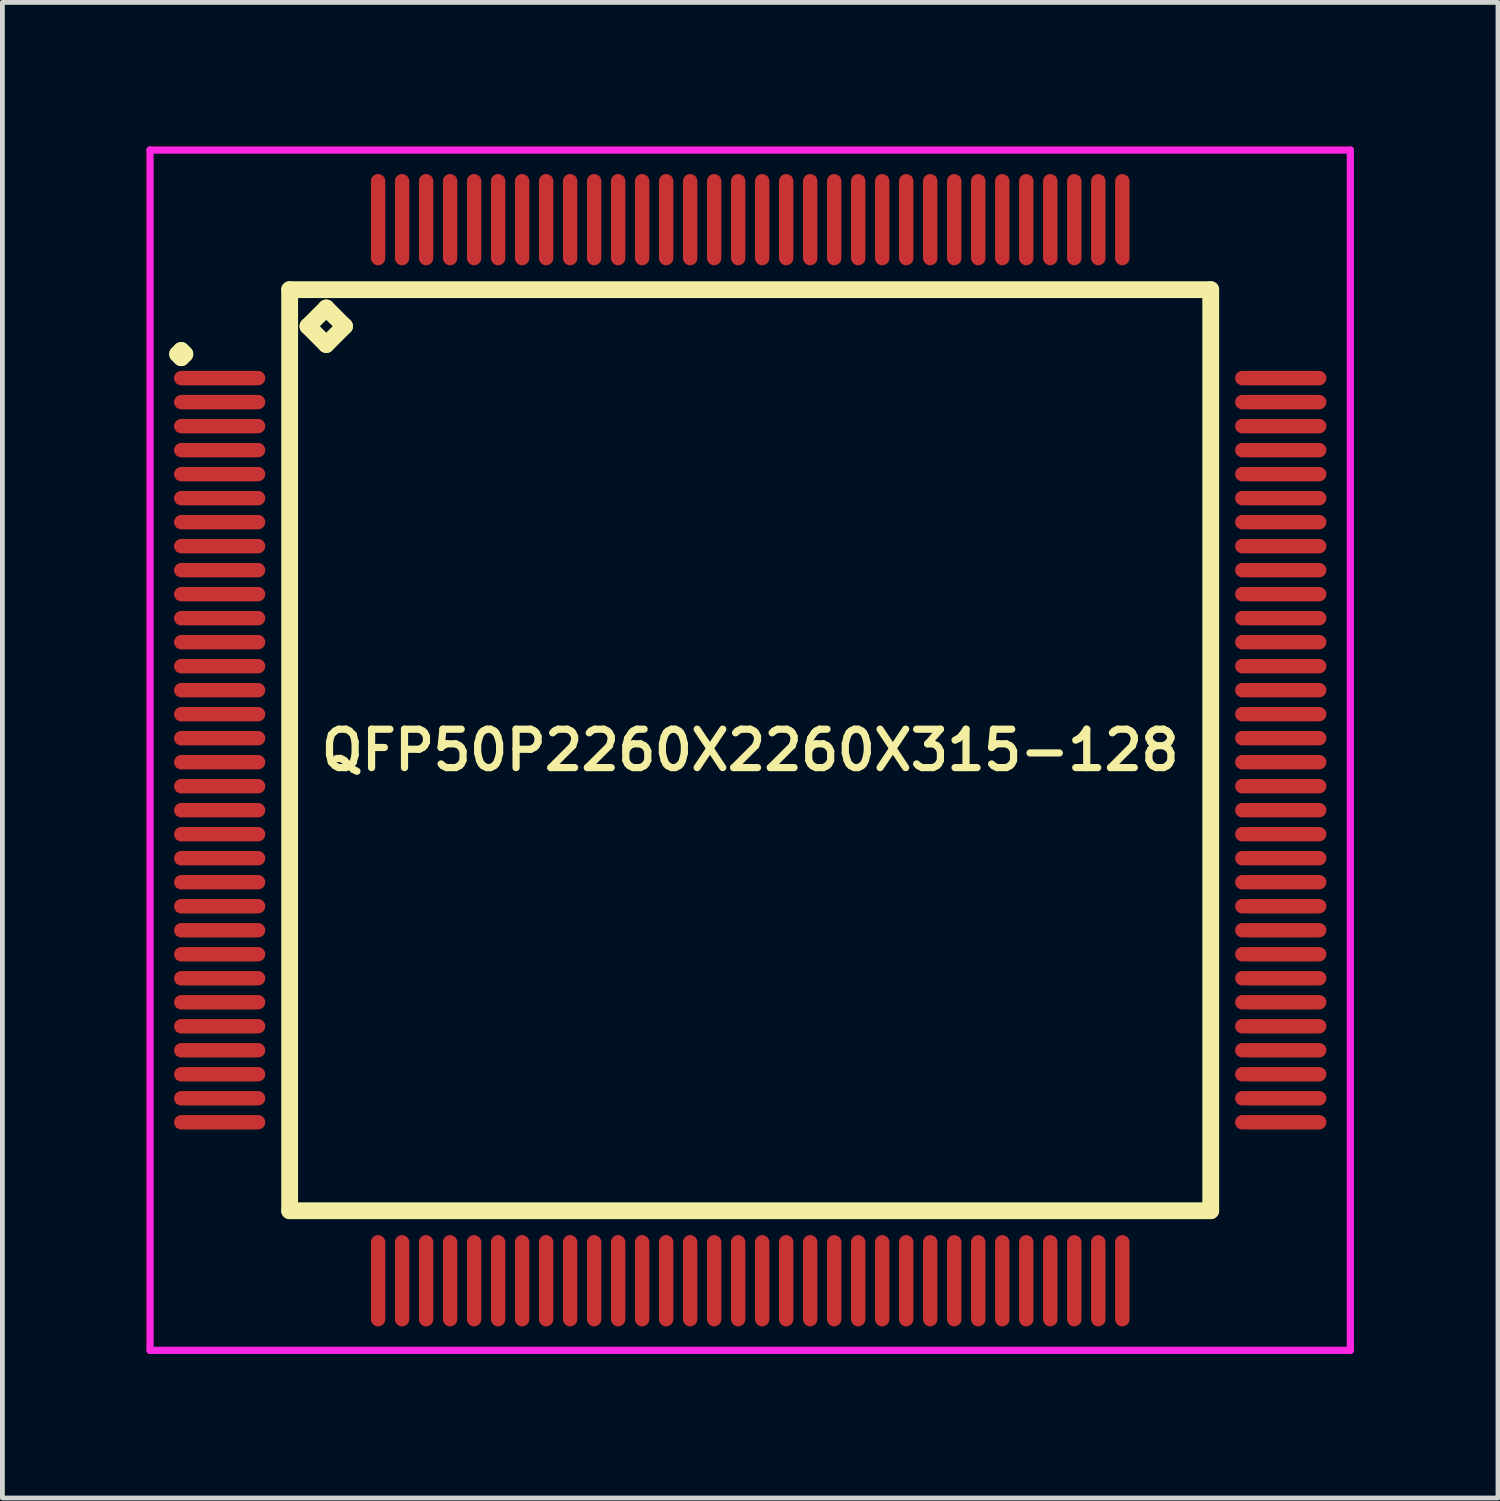
<source format=kicad_pcb>
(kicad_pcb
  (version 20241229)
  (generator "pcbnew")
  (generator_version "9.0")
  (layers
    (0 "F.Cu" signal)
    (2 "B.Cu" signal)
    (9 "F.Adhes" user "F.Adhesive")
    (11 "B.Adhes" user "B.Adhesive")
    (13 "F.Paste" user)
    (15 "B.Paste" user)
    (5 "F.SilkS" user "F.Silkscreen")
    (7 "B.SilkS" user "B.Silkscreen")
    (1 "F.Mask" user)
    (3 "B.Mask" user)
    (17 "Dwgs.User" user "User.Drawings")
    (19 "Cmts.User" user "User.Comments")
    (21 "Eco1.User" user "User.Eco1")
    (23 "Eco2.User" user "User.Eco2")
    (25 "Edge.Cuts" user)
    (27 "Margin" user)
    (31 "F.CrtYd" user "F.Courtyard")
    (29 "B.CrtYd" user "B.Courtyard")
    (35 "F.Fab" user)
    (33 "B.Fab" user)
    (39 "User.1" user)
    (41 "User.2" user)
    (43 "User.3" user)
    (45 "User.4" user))
  (footprint "QFP50P2260X2260X315-128"
    (layer "F.Cu")
    (at 12.575 12.575)
    (property "Reference" "QFP50P2260X2260X315-128" (at 0 0 0) (layer "F.SilkS") (effects (font (size 0.8 0.8) (thickness 0.15))))
    (attr smd)
    (fp_line (start -11.925 -8.25) (end -11.85 -8.325) (stroke (width 0.35) (type solid)) (layer "F.SilkS"))
    (fp_line (start -11.85 -8.325) (end -11.775 -8.25) (stroke (width 0.35) (type solid)) (layer "F.SilkS"))
    (fp_line (start -11.85 -8.175) (end -11.925 -8.25) (stroke (width 0.35) (type solid)) (layer "F.SilkS"))
    (fp_line (start -11.775 -8.25) (end -11.85 -8.175) (stroke (width 0.35) (type solid)) (layer "F.SilkS"))
    (fp_line (start -9.592 -9.592) (end -9.592 9.592) (stroke (width 0.35) (type solid)) (layer "F.SilkS"))
    (fp_line (start -9.592 9.592) (end 9.592 9.592) (stroke (width 0.35) (type solid)) (layer "F.SilkS"))
    (fp_line (start -9.211 -8.83) (end -8.83 -9.211) (stroke (width 0.35) (type solid)) (layer "F.SilkS"))
    (fp_line (start -8.83 -9.211) (end -8.449 -8.83) (stroke (width 0.35) (type solid)) (layer "F.SilkS"))
    (fp_line (start -8.83 -8.449) (end -9.211 -8.83) (stroke (width 0.35) (type solid)) (layer "F.SilkS"))
    (fp_line (start -8.449 -8.83) (end -8.83 -8.449) (stroke (width 0.35) (type solid)) (layer "F.SilkS"))
    (fp_line (start 9.592 -9.592) (end -9.592 -9.592) (stroke (width 0.35) (type solid)) (layer "F.SilkS"))
    (fp_line (start 9.592 9.592) (end 9.592 -9.592) (stroke (width 0.35) (type solid)) (layer "F.SilkS"))
    (fp_line (start -12.5 -12.5) (end 12.5 -12.5) (stroke (width 0.15) (type solid)) (layer "F.CrtYd"))
    (fp_line (start -12.5 12.5) (end -12.5 -12.5) (stroke (width 0.15) (type solid)) (layer "F.CrtYd"))
    (fp_line (start 12.5 -12.5) (end 12.5 12.5) (stroke (width 0.15) (type solid)) (layer "F.CrtYd"))
    (fp_line (start 12.5 12.5) (end -12.5 12.5) (stroke (width 0.15) (type solid)) (layer "F.CrtYd"))
    (pad "1" smd oval (at -11.05 -7.75) (size 1.9 0.3) (layers "F.Cu" "F.Mask" "F.Paste"))
    (pad "2" smd oval (at -11.05 -7.25) (size 1.9 0.3) (layers "F.Cu" "F.Mask" "F.Paste"))
    (pad "3" smd oval (at -11.05 -6.75) (size 1.9 0.3) (layers "F.Cu" "F.Mask" "F.Paste"))
    (pad "4" smd oval (at -11.05 -6.25) (size 1.9 0.3) (layers "F.Cu" "F.Mask" "F.Paste"))
    (pad "5" smd oval (at -11.05 -5.75) (size 1.9 0.3) (layers "F.Cu" "F.Mask" "F.Paste"))
    (pad "6" smd oval (at -11.05 -5.25) (size 1.9 0.3) (layers "F.Cu" "F.Mask" "F.Paste"))
    (pad "7" smd oval (at -11.05 -4.75) (size 1.9 0.3) (layers "F.Cu" "F.Mask" "F.Paste"))
    (pad "8" smd oval (at -11.05 -4.25) (size 1.9 0.3) (layers "F.Cu" "F.Mask" "F.Paste"))
    (pad "9" smd oval (at -11.05 -3.75) (size 1.9 0.3) (layers "F.Cu" "F.Mask" "F.Paste"))
    (pad "10" smd oval (at -11.05 -3.25) (size 1.9 0.3) (layers "F.Cu" "F.Mask" "F.Paste"))
    (pad "11" smd oval (at -11.05 -2.75) (size 1.9 0.3) (layers "F.Cu" "F.Mask" "F.Paste"))
    (pad "12" smd oval (at -11.05 -2.25) (size 1.9 0.3) (layers "F.Cu" "F.Mask" "F.Paste"))
    (pad "13" smd oval (at -11.05 -1.75) (size 1.9 0.3) (layers "F.Cu" "F.Mask" "F.Paste"))
    (pad "14" smd oval (at -11.05 -1.25) (size 1.9 0.3) (layers "F.Cu" "F.Mask" "F.Paste"))
    (pad "15" smd oval (at -11.05 -0.75) (size 1.9 0.3) (layers "F.Cu" "F.Mask" "F.Paste"))
    (pad "16" smd oval (at -11.05 -0.25) (size 1.9 0.3) (layers "F.Cu" "F.Mask" "F.Paste"))
    (pad "17" smd oval (at -11.05 0.25) (size 1.9 0.3) (layers "F.Cu" "F.Mask" "F.Paste"))
    (pad "18" smd oval (at -11.05 0.75) (size 1.9 0.3) (layers "F.Cu" "F.Mask" "F.Paste"))
    (pad "19" smd oval (at -11.05 1.25) (size 1.9 0.3) (layers "F.Cu" "F.Mask" "F.Paste"))
    (pad "20" smd oval (at -11.05 1.75) (size 1.9 0.3) (layers "F.Cu" "F.Mask" "F.Paste"))
    (pad "21" smd oval (at -11.05 2.25) (size 1.9 0.3) (layers "F.Cu" "F.Mask" "F.Paste"))
    (pad "22" smd oval (at -11.05 2.75) (size 1.9 0.3) (layers "F.Cu" "F.Mask" "F.Paste"))
    (pad "23" smd oval (at -11.05 3.25) (size 1.9 0.3) (layers "F.Cu" "F.Mask" "F.Paste"))
    (pad "24" smd oval (at -11.05 3.75) (size 1.9 0.3) (layers "F.Cu" "F.Mask" "F.Paste"))
    (pad "25" smd oval (at -11.05 4.25) (size 1.9 0.3) (layers "F.Cu" "F.Mask" "F.Paste"))
    (pad "26" smd oval (at -11.05 4.75) (size 1.9 0.3) (layers "F.Cu" "F.Mask" "F.Paste"))
    (pad "27" smd oval (at -11.05 5.25) (size 1.9 0.3) (layers "F.Cu" "F.Mask" "F.Paste"))
    (pad "28" smd oval (at -11.05 5.75) (size 1.9 0.3) (layers "F.Cu" "F.Mask" "F.Paste"))
    (pad "29" smd oval (at -11.05 6.25) (size 1.9 0.3) (layers "F.Cu" "F.Mask" "F.Paste"))
    (pad "30" smd oval (at -11.05 6.75) (size 1.9 0.3) (layers "F.Cu" "F.Mask" "F.Paste"))
    (pad "31" smd oval (at -11.05 7.25) (size 1.9 0.3) (layers "F.Cu" "F.Mask" "F.Paste"))
    (pad "32" smd oval (at -11.05 7.75) (size 1.9 0.3) (layers "F.Cu" "F.Mask" "F.Paste"))
    (pad "33" smd oval (at -7.75 11.05) (size 0.3 1.9) (layers "F.Cu" "F.Mask" "F.Paste"))
    (pad "34" smd oval (at -7.25 11.05) (size 0.3 1.9) (layers "F.Cu" "F.Mask" "F.Paste"))
    (pad "35" smd oval (at -6.75 11.05) (size 0.3 1.9) (layers "F.Cu" "F.Mask" "F.Paste"))
    (pad "36" smd oval (at -6.25 11.05) (size 0.3 1.9) (layers "F.Cu" "F.Mask" "F.Paste"))
    (pad "37" smd oval (at -5.75 11.05) (size 0.3 1.9) (layers "F.Cu" "F.Mask" "F.Paste"))
    (pad "38" smd oval (at -5.25 11.05) (size 0.3 1.9) (layers "F.Cu" "F.Mask" "F.Paste"))
    (pad "39" smd oval (at -4.75 11.05) (size 0.3 1.9) (layers "F.Cu" "F.Mask" "F.Paste"))
    (pad "40" smd oval (at -4.25 11.05) (size 0.3 1.9) (layers "F.Cu" "F.Mask" "F.Paste"))
    (pad "41" smd oval (at -3.75 11.05) (size 0.3 1.9) (layers "F.Cu" "F.Mask" "F.Paste"))
    (pad "42" smd oval (at -3.25 11.05) (size 0.3 1.9) (layers "F.Cu" "F.Mask" "F.Paste"))
    (pad "43" smd oval (at -2.75 11.05) (size 0.3 1.9) (layers "F.Cu" "F.Mask" "F.Paste"))
    (pad "44" smd oval (at -2.25 11.05) (size 0.3 1.9) (layers "F.Cu" "F.Mask" "F.Paste"))
    (pad "45" smd oval (at -1.75 11.05) (size 0.3 1.9) (layers "F.Cu" "F.Mask" "F.Paste"))
    (pad "46" smd oval (at -1.25 11.05) (size 0.3 1.9) (layers "F.Cu" "F.Mask" "F.Paste"))
    (pad "47" smd oval (at -0.75 11.05) (size 0.3 1.9) (layers "F.Cu" "F.Mask" "F.Paste"))
    (pad "48" smd oval (at -0.25 11.05) (size 0.3 1.9) (layers "F.Cu" "F.Mask" "F.Paste"))
    (pad "49" smd oval (at 0.25 11.05) (size 0.3 1.9) (layers "F.Cu" "F.Mask" "F.Paste"))
    (pad "50" smd oval (at 0.75 11.05) (size 0.3 1.9) (layers "F.Cu" "F.Mask" "F.Paste"))
    (pad "51" smd oval (at 1.25 11.05) (size 0.3 1.9) (layers "F.Cu" "F.Mask" "F.Paste"))
    (pad "52" smd oval (at 1.75 11.05) (size 0.3 1.9) (layers "F.Cu" "F.Mask" "F.Paste"))
    (pad "53" smd oval (at 2.25 11.05) (size 0.3 1.9) (layers "F.Cu" "F.Mask" "F.Paste"))
    (pad "54" smd oval (at 2.75 11.05) (size 0.3 1.9) (layers "F.Cu" "F.Mask" "F.Paste"))
    (pad "55" smd oval (at 3.25 11.05) (size 0.3 1.9) (layers "F.Cu" "F.Mask" "F.Paste"))
    (pad "56" smd oval (at 3.75 11.05) (size 0.3 1.9) (layers "F.Cu" "F.Mask" "F.Paste"))
    (pad "57" smd oval (at 4.25 11.05) (size 0.3 1.9) (layers "F.Cu" "F.Mask" "F.Paste"))
    (pad "58" smd oval (at 4.75 11.05) (size 0.3 1.9) (layers "F.Cu" "F.Mask" "F.Paste"))
    (pad "59" smd oval (at 5.25 11.05) (size 0.3 1.9) (layers "F.Cu" "F.Mask" "F.Paste"))
    (pad "60" smd oval (at 5.75 11.05) (size 0.3 1.9) (layers "F.Cu" "F.Mask" "F.Paste"))
    (pad "61" smd oval (at 6.25 11.05) (size 0.3 1.9) (layers "F.Cu" "F.Mask" "F.Paste"))
    (pad "62" smd oval (at 6.75 11.05) (size 0.3 1.9) (layers "F.Cu" "F.Mask" "F.Paste"))
    (pad "63" smd oval (at 7.25 11.05) (size 0.3 1.9) (layers "F.Cu" "F.Mask" "F.Paste"))
    (pad "64" smd oval (at 7.75 11.05) (size 0.3 1.9) (layers "F.Cu" "F.Mask" "F.Paste"))
    (pad "65" smd oval (at 11.05 7.75) (size 1.9 0.3) (layers "F.Cu" "F.Mask" "F.Paste"))
    (pad "66" smd oval (at 11.05 7.25) (size 1.9 0.3) (layers "F.Cu" "F.Mask" "F.Paste"))
    (pad "67" smd oval (at 11.05 6.75) (size 1.9 0.3) (layers "F.Cu" "F.Mask" "F.Paste"))
    (pad "68" smd oval (at 11.05 6.25) (size 1.9 0.3) (layers "F.Cu" "F.Mask" "F.Paste"))
    (pad "69" smd oval (at 11.05 5.75) (size 1.9 0.3) (layers "F.Cu" "F.Mask" "F.Paste"))
    (pad "70" smd oval (at 11.05 5.25) (size 1.9 0.3) (layers "F.Cu" "F.Mask" "F.Paste"))
    (pad "71" smd oval (at 11.05 4.75) (size 1.9 0.3) (layers "F.Cu" "F.Mask" "F.Paste"))
    (pad "72" smd oval (at 11.05 4.25) (size 1.9 0.3) (layers "F.Cu" "F.Mask" "F.Paste"))
    (pad "73" smd oval (at 11.05 3.75) (size 1.9 0.3) (layers "F.Cu" "F.Mask" "F.Paste"))
    (pad "74" smd oval (at 11.05 3.25) (size 1.9 0.3) (layers "F.Cu" "F.Mask" "F.Paste"))
    (pad "75" smd oval (at 11.05 2.75) (size 1.9 0.3) (layers "F.Cu" "F.Mask" "F.Paste"))
    (pad "76" smd oval (at 11.05 2.25) (size 1.9 0.3) (layers "F.Cu" "F.Mask" "F.Paste"))
    (pad "77" smd oval (at 11.05 1.75) (size 1.9 0.3) (layers "F.Cu" "F.Mask" "F.Paste"))
    (pad "78" smd oval (at 11.05 1.25) (size 1.9 0.3) (layers "F.Cu" "F.Mask" "F.Paste"))
    (pad "79" smd oval (at 11.05 0.75) (size 1.9 0.3) (layers "F.Cu" "F.Mask" "F.Paste"))
    (pad "80" smd oval (at 11.05 0.25) (size 1.9 0.3) (layers "F.Cu" "F.Mask" "F.Paste"))
    (pad "81" smd oval (at 11.05 -0.25) (size 1.9 0.3) (layers "F.Cu" "F.Mask" "F.Paste"))
    (pad "82" smd oval (at 11.05 -0.75) (size 1.9 0.3) (layers "F.Cu" "F.Mask" "F.Paste"))
    (pad "83" smd oval (at 11.05 -1.25) (size 1.9 0.3) (layers "F.Cu" "F.Mask" "F.Paste"))
    (pad "84" smd oval (at 11.05 -1.75) (size 1.9 0.3) (layers "F.Cu" "F.Mask" "F.Paste"))
    (pad "85" smd oval (at 11.05 -2.25) (size 1.9 0.3) (layers "F.Cu" "F.Mask" "F.Paste"))
    (pad "86" smd oval (at 11.05 -2.75) (size 1.9 0.3) (layers "F.Cu" "F.Mask" "F.Paste"))
    (pad "87" smd oval (at 11.05 -3.25) (size 1.9 0.3) (layers "F.Cu" "F.Mask" "F.Paste"))
    (pad "88" smd oval (at 11.05 -3.75) (size 1.9 0.3) (layers "F.Cu" "F.Mask" "F.Paste"))
    (pad "89" smd oval (at 11.05 -4.25) (size 1.9 0.3) (layers "F.Cu" "F.Mask" "F.Paste"))
    (pad "90" smd oval (at 11.05 -4.75) (size 1.9 0.3) (layers "F.Cu" "F.Mask" "F.Paste"))
    (pad "91" smd oval (at 11.05 -5.25) (size 1.9 0.3) (layers "F.Cu" "F.Mask" "F.Paste"))
    (pad "92" smd oval (at 11.05 -5.75) (size 1.9 0.3) (layers "F.Cu" "F.Mask" "F.Paste"))
    (pad "93" smd oval (at 11.05 -6.25) (size 1.9 0.3) (layers "F.Cu" "F.Mask" "F.Paste"))
    (pad "94" smd oval (at 11.05 -6.75) (size 1.9 0.3) (layers "F.Cu" "F.Mask" "F.Paste"))
    (pad "95" smd oval (at 11.05 -7.25) (size 1.9 0.3) (layers "F.Cu" "F.Mask" "F.Paste"))
    (pad "96" smd oval (at 11.05 -7.75) (size 1.9 0.3) (layers "F.Cu" "F.Mask" "F.Paste"))
    (pad "97" smd oval (at 7.75 -11.05) (size 0.3 1.9) (layers "F.Cu" "F.Mask" "F.Paste"))
    (pad "98" smd oval (at 7.25 -11.05) (size 0.3 1.9) (layers "F.Cu" "F.Mask" "F.Paste"))
    (pad "99" smd oval (at 6.75 -11.05) (size 0.3 1.9) (layers "F.Cu" "F.Mask" "F.Paste"))
    (pad "100" smd oval (at 6.25 -11.05) (size 0.3 1.9) (layers "F.Cu" "F.Mask" "F.Paste"))
    (pad "101" smd oval (at 5.75 -11.05) (size 0.3 1.9) (layers "F.Cu" "F.Mask" "F.Paste"))
    (pad "102" smd oval (at 5.25 -11.05) (size 0.3 1.9) (layers "F.Cu" "F.Mask" "F.Paste"))
    (pad "103" smd oval (at 4.75 -11.05) (size 0.3 1.9) (layers "F.Cu" "F.Mask" "F.Paste"))
    (pad "104" smd oval (at 4.25 -11.05) (size 0.3 1.9) (layers "F.Cu" "F.Mask" "F.Paste"))
    (pad "105" smd oval (at 3.75 -11.05) (size 0.3 1.9) (layers "F.Cu" "F.Mask" "F.Paste"))
    (pad "106" smd oval (at 3.25 -11.05) (size 0.3 1.9) (layers "F.Cu" "F.Mask" "F.Paste"))
    (pad "107" smd oval (at 2.75 -11.05) (size 0.3 1.9) (layers "F.Cu" "F.Mask" "F.Paste"))
    (pad "108" smd oval (at 2.25 -11.05) (size 0.3 1.9) (layers "F.Cu" "F.Mask" "F.Paste"))
    (pad "109" smd oval (at 1.75 -11.05) (size 0.3 1.9) (layers "F.Cu" "F.Mask" "F.Paste"))
    (pad "110" smd oval (at 1.25 -11.05) (size 0.3 1.9) (layers "F.Cu" "F.Mask" "F.Paste"))
    (pad "111" smd oval (at 0.75 -11.05) (size 0.3 1.9) (layers "F.Cu" "F.Mask" "F.Paste"))
    (pad "112" smd oval (at 0.25 -11.05) (size 0.3 1.9) (layers "F.Cu" "F.Mask" "F.Paste"))
    (pad "113" smd oval (at -0.25 -11.05) (size 0.3 1.9) (layers "F.Cu" "F.Mask" "F.Paste"))
    (pad "114" smd oval (at -0.75 -11.05) (size 0.3 1.9) (layers "F.Cu" "F.Mask" "F.Paste"))
    (pad "115" smd oval (at -1.25 -11.05) (size 0.3 1.9) (layers "F.Cu" "F.Mask" "F.Paste"))
    (pad "116" smd oval (at -1.75 -11.05) (size 0.3 1.9) (layers "F.Cu" "F.Mask" "F.Paste"))
    (pad "117" smd oval (at -2.25 -11.05) (size 0.3 1.9) (layers "F.Cu" "F.Mask" "F.Paste"))
    (pad "118" smd oval (at -2.75 -11.05) (size 0.3 1.9) (layers "F.Cu" "F.Mask" "F.Paste"))
    (pad "119" smd oval (at -3.25 -11.05) (size 0.3 1.9) (layers "F.Cu" "F.Mask" "F.Paste"))
    (pad "120" smd oval (at -3.75 -11.05) (size 0.3 1.9) (layers "F.Cu" "F.Mask" "F.Paste"))
    (pad "121" smd oval (at -4.25 -11.05) (size 0.3 1.9) (layers "F.Cu" "F.Mask" "F.Paste"))
    (pad "122" smd oval (at -4.75 -11.05) (size 0.3 1.9) (layers "F.Cu" "F.Mask" "F.Paste"))
    (pad "123" smd oval (at -5.25 -11.05) (size 0.3 1.9) (layers "F.Cu" "F.Mask" "F.Paste"))
    (pad "124" smd oval (at -5.75 -11.05) (size 0.3 1.9) (layers "F.Cu" "F.Mask" "F.Paste"))
    (pad "125" smd oval (at -6.25 -11.05) (size 0.3 1.9) (layers "F.Cu" "F.Mask" "F.Paste"))
    (pad "126" smd oval (at -6.75 -11.05) (size 0.3 1.9) (layers "F.Cu" "F.Mask" "F.Paste"))
    (pad "127" smd oval (at -7.25 -11.05) (size 0.3 1.9) (layers "F.Cu" "F.Mask" "F.Paste"))
    (pad "128" smd oval (at -7.75 -11.05) (size 0.3 1.9) (layers "F.Cu" "F.Mask" "F.Paste")))
  (gr_rect
    (start -3 -3)
    (end 28.15 28.15)
    (stroke (width 0.1) (type default))
    (fill no)
    (layer "Edge.Cuts")))
</source>
